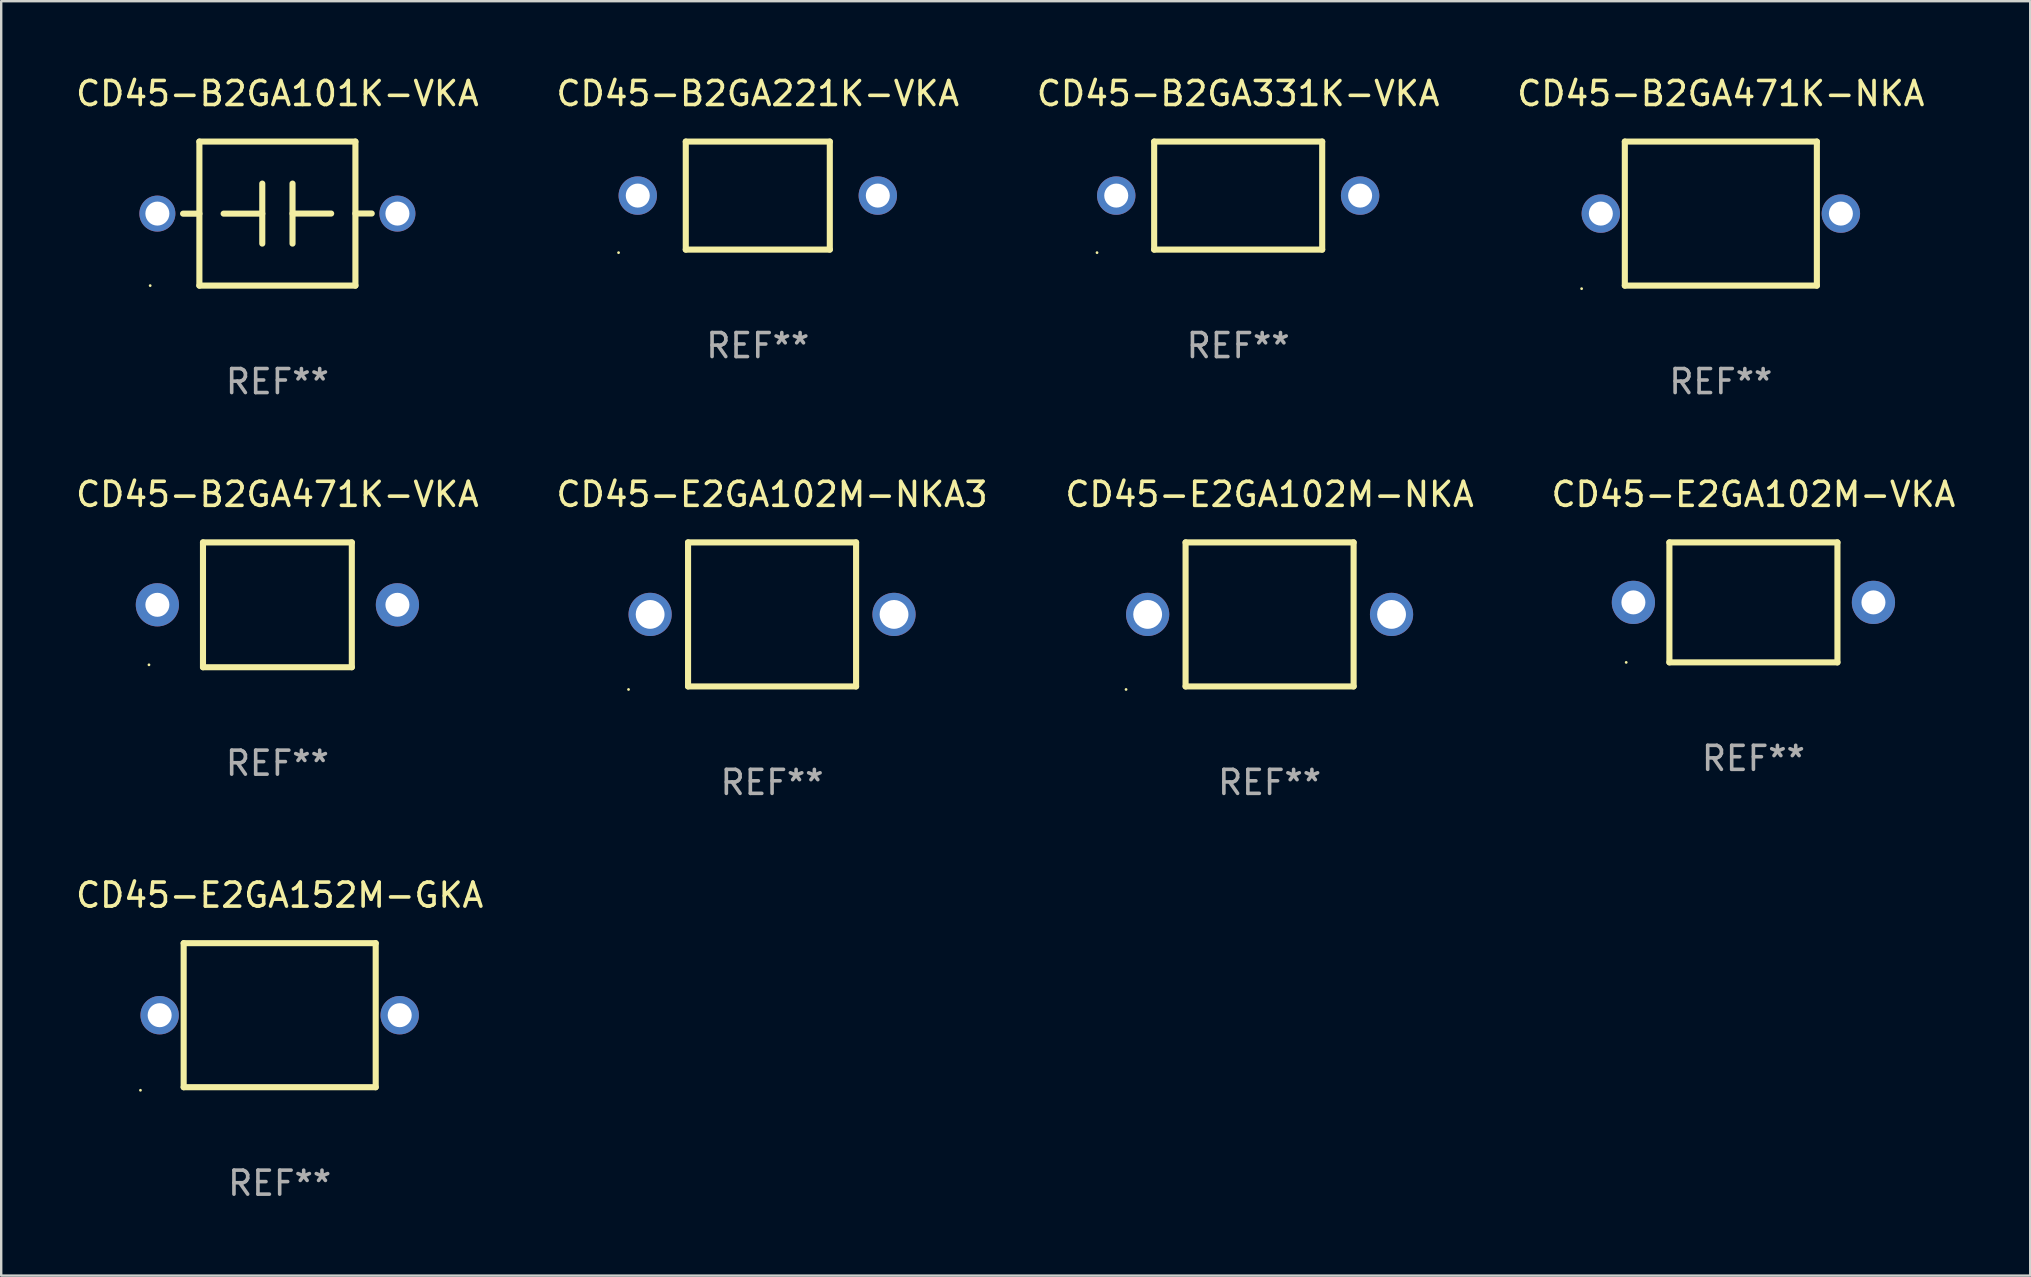
<source format=kicad_pcb>
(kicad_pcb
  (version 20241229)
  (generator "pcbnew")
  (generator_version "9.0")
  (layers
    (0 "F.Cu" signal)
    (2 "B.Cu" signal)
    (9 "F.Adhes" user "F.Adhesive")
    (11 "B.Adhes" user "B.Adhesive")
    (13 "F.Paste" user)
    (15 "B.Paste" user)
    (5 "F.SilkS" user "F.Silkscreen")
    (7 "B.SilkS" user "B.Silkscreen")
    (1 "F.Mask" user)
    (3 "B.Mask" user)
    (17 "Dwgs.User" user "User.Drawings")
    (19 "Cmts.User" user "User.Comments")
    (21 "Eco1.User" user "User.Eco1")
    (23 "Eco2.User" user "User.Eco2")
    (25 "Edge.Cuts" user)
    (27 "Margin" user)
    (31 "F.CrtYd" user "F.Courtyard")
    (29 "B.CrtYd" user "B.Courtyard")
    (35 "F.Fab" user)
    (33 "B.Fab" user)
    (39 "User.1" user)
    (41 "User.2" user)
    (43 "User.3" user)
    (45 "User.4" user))
  (footprint "CD45-B2GA331K-VKA"
    (layer "F.Cu")
    (at 48.53 5.098)
    (property "Reference" "CD45-B2GA331K-VKA" (at 0 -4.25 0) (layer "F.SilkS") (effects (font (size 1 1) (thickness 0.15))))
    (attr through_hole)
    (fp_line (start -3.5 -2.25) (end 3.5 -2.25) (stroke (width 0.254) (type solid)) (layer "F.SilkS"))
    (fp_line (start -3.5 2.25) (end -3.5 -2.25) (stroke (width 0.254) (type solid)) (layer "F.SilkS"))
    (fp_line (start 3.5 -2.25) (end 3.5 2.25) (stroke (width 0.254) (type solid)) (layer "F.SilkS"))
    (fp_line (start 3.5 2.25) (end -3.5 2.25) (stroke (width 0.254) (type solid)) (layer "F.SilkS"))
    (fp_circle (center -5.88 2.377) (end -5.85 2.377) (stroke (width 0.06) (type solid)) (fill no) (layer "F.SilkS"))
    (fp_text user "REF**" (at 0 6.25 0) (layer "F.Fab") (effects (font (size 1 1) (thickness 0.15))))
    (pad "1" thru_hole circle (at -5.08 0) (size 1.6 1.6) (drill 1) (layers "*.Cu" "*.Mask"))
    (pad "2" thru_hole circle (at 5.08 0) (size 1.6 1.6) (drill 1) (layers "*.Cu" "*.Mask")))
  (footprint "CD45-B2GA101K-VKA"
    (layer "F.Cu")
    (at 8.506 5.848)
    (property "Reference" "CD45-B2GA101K-VKA" (at 0 -5 0) (layer "F.SilkS") (effects (font (size 1 1) (thickness 0.15))))
    (attr through_hole)
    (fp_line (start -3.25 0.003) (end -3.93 0.003) (stroke (width 0.254) (type solid)) (layer "F.SilkS"))
    (fp_line (start -3.25 -3) (end -3.25 3) (stroke (width 0.254) (type solid)) (layer "F.SilkS"))
    (fp_line (start -3.25 -3) (end 3.25 -3) (stroke (width 0.254) (type solid)) (layer "F.SilkS"))
    (fp_line (start -0.63 -1.25) (end -0.63 1.25) (stroke (width 0.254) (type solid)) (layer "F.SilkS"))
    (fp_line (start -0.63 0.002) (end -2.24 0.002) (stroke (width 0.254) (type solid)) (layer "F.SilkS"))
    (fp_line (start 0.63 -0.002) (end 2.24 -0.002) (stroke (width 0.254) (type solid)) (layer "F.SilkS"))
    (fp_line (start 0.63 1.25) (end 0.63 -1.25) (stroke (width 0.254) (type solid)) (layer "F.SilkS"))
    (fp_line (start 3.25 -3) (end 3.25 3) (stroke (width 0.254) (type solid)) (layer "F.SilkS"))
    (fp_line (start 3.25 -0.004) (end 3.93 -0.004) (stroke (width 0.254) (type solid)) (layer "F.SilkS"))
    (fp_line (start 3.25 3) (end -3.25 3) (stroke (width 0.254) (type solid)) (layer "F.SilkS"))
    (fp_circle (center -5.3 3) (end -5.27 3) (stroke (width 0.06) (type solid)) (fill no) (layer "F.SilkS"))
    (fp_text user "REF**" (at 0 7 0) (layer "F.Fab") (effects (font (size 1 1) (thickness 0.15))))
    (pad "1" thru_hole circle (at -5 0) (size 1.5 1.5) (drill 1) (layers "*.Cu" "*.Mask"))
    (pad "2" thru_hole circle (at 5 0) (size 1.5 1.5) (drill 1) (layers "*.Cu" "*.Mask")))
  (footprint "CD45-B2GA471K-VKA"
    (layer "F.Cu")
    (at 8.506 22.145)
    (property "Reference" "CD45-B2GA471K-VKA" (at 0 -4.6 0) (layer "F.SilkS") (effects (font (size 1 1) (thickness 0.15))))
    (attr through_hole)
    (fp_line (start -3.1 -2.6) (end -3.1 2.6) (stroke (width 0.254) (type solid)) (layer "F.SilkS"))
    (fp_line (start -3.1 -2.6) (end 3.1 -2.6) (stroke (width 0.254) (type solid)) (layer "F.SilkS"))
    (fp_line (start -3.1 2.6) (end 3.1 2.6) (stroke (width 0.254) (type solid)) (layer "F.SilkS"))
    (fp_line (start 3.1 -2.6) (end 3.1 2.6) (stroke (width 0.254) (type solid)) (layer "F.SilkS"))
    (fp_circle (center -5.35 2.5) (end -5.32 2.5) (stroke (width 0.06) (type solid)) (fill no) (layer "F.SilkS"))
    (fp_text user "REF**" (at 0 6.6 0) (layer "F.Fab") (effects (font (size 1 1) (thickness 0.15))))
    (pad "1" thru_hole circle (at -5 0) (size 1.8 1.8) (drill 1) (layers "*.Cu" "*.Mask"))
    (pad "2" thru_hole circle (at 5 0) (size 1.8 1.8) (drill 1) (layers "*.Cu" "*.Mask")))
  (footprint "CD45-E2GA102M-VKA"
    (layer "F.Cu")
    (at 69.994 22.044)
    (property "Reference" "CD45-E2GA102M-VKA" (at 0 -4.499 0) (layer "F.SilkS") (effects (font (size 1 1) (thickness 0.15))))
    (attr through_hole)
    (fp_line (start -3.5 -2.499) (end 3.5 -2.499) (stroke (width 0.254) (type solid)) (layer "F.SilkS"))
    (fp_line (start -3.5 2.499) (end -3.5 -2.499) (stroke (width 0.254) (type solid)) (layer "F.SilkS"))
    (fp_line (start 3.5 -2.499) (end 3.5 2.499) (stroke (width 0.254) (type solid)) (layer "F.SilkS"))
    (fp_line (start 3.5 2.499) (end -3.5 2.499) (stroke (width 0.254) (type solid)) (layer "F.SilkS"))
    (fp_circle (center -5.3 2.5) (end -5.27 2.5) (stroke (width 0.06) (type solid)) (fill no) (layer "F.SilkS"))
    (fp_text user "REF**" (at 0 6.499 0) (layer "F.Fab") (effects (font (size 1 1) (thickness 0.15))))
    (pad "1" thru_hole circle (at -5 0) (size 1.8 1.8) (drill 1) (layers "*.Cu" "*.Mask"))
    (pad "2" thru_hole circle (at 5 0) (size 1.8 1.8) (drill 1) (layers "*.Cu" "*.Mask")))
  (footprint "CD45-E2GA102M-NKA3"
    (layer "F.Cu")
    (at 29.113 22.545)
    (property "Reference" "CD45-E2GA102M-NKA3" (at 0 -5 0) (layer "F.SilkS") (effects (font (size 1 1) (thickness 0.15))))
    (attr through_hole)
    (fp_line (start -3.5 -3) (end 3.5 -3) (stroke (width 0.254) (type solid)) (layer "F.SilkS"))
    (fp_line (start -3.5 3) (end -3.5 -3) (stroke (width 0.254) (type solid)) (layer "F.SilkS"))
    (fp_line (start 3.5 -3) (end 3.5 3) (stroke (width 0.254) (type solid)) (layer "F.SilkS"))
    (fp_line (start 3.5 3) (end -3.5 3) (stroke (width 0.254) (type solid)) (layer "F.SilkS"))
    (fp_circle (center -5.98 3.127) (end -5.95 3.127) (stroke (width 0.06) (type solid)) (fill no) (layer "F.SilkS"))
    (fp_text user "REF**" (at 0 7 0) (layer "F.Fab") (effects (font (size 1 1) (thickness 0.15))))
    (pad "1" thru_hole circle (at -5.08 0) (size 1.8 1.8) (drill 1.2) (layers "*.Cu" "*.Mask"))
    (pad "2" thru_hole circle (at 5.08 0) (size 1.8 1.8) (drill 1.2) (layers "*.Cu" "*.Mask")))
  (footprint "CD45-E2GA152M-GKA"
    (layer "F.Cu")
    (at 8.601 39.241)
    (property "Reference" "CD45-E2GA152M-GKA" (at 0 -5 0) (layer "F.SilkS") (effects (font (size 1 1) (thickness 0.15))))
    (attr through_hole)
    (fp_line (start -4 -3) (end -4 3) (stroke (width 0.254) (type solid)) (layer "F.SilkS"))
    (fp_line (start -4 -3) (end 4 -3) (stroke (width 0.254) (type solid)) (layer "F.SilkS"))
    (fp_line (start -4 3) (end 4 3) (stroke (width 0.254) (type solid)) (layer "F.SilkS"))
    (fp_line (start 4 -3) (end 4 3) (stroke (width 0.254) (type solid)) (layer "F.SilkS"))
    (fp_circle (center -5.8 3.127) (end -5.77 3.127) (stroke (width 0.06) (type solid)) (fill no) (layer "F.SilkS"))
    (fp_text user "REF**" (at 0 7 0) (layer "F.Fab") (effects (font (size 1 1) (thickness 0.15))))
    (pad "1" thru_hole circle (at -5 0) (size 1.6 1.6) (drill 1) (layers "*.Cu" "*.Mask"))
    (pad "2" thru_hole circle (at 5 0) (size 1.6 1.6) (drill 1) (layers "*.Cu" "*.Mask")))
  (footprint "CD45-B2GA221K-VKA"
    (layer "F.Cu")
    (at 28.518 5.098)
    (property "Reference" "CD45-B2GA221K-VKA" (at 0 -4.25 0) (layer "F.SilkS") (effects (font (size 1 1) (thickness 0.15))))
    (attr through_hole)
    (fp_line (start -3 -2.25) (end 3 -2.25) (stroke (width 0.254) (type solid)) (layer "F.SilkS"))
    (fp_line (start -3 2.25) (end -3 -2.25) (stroke (width 0.254) (type solid)) (layer "F.SilkS"))
    (fp_line (start 3 -2.25) (end 3 2.25) (stroke (width 0.254) (type solid)) (layer "F.SilkS"))
    (fp_line (start 3 2.25) (end -3 2.25) (stroke (width 0.254) (type solid)) (layer "F.SilkS"))
    (fp_circle (center -5.8 2.377) (end -5.77 2.377) (stroke (width 0.06) (type solid)) (fill no) (layer "F.SilkS"))
    (fp_text user "REF**" (at 0 6.25 0) (layer "F.Fab") (effects (font (size 1 1) (thickness 0.15))))
    (pad "1" thru_hole circle (at -5 0) (size 1.6 1.6) (drill 1) (layers "*.Cu" "*.Mask"))
    (pad "2" thru_hole circle (at 5 0) (size 1.6 1.6) (drill 1) (layers "*.Cu" "*.Mask")))
  (footprint "CD45-B2GA471K-NKA"
    (layer "F.Cu")
    (at 68.637 5.848)
    (property "Reference" "CD45-B2GA471K-NKA" (at 0 -5 0) (layer "F.SilkS") (effects (font (size 1 1) (thickness 0.15))))
    (attr through_hole)
    (fp_line (start -4 -3) (end -4 3) (stroke (width 0.254) (type solid)) (layer "F.SilkS"))
    (fp_line (start -4 -3) (end 4 -3) (stroke (width 0.254) (type solid)) (layer "F.SilkS"))
    (fp_line (start -4 3) (end 4 3) (stroke (width 0.254) (type solid)) (layer "F.SilkS"))
    (fp_line (start 4 -3) (end 4 3) (stroke (width 0.254) (type solid)) (layer "F.SilkS"))
    (fp_circle (center -5.8 3.127) (end -5.77 3.127) (stroke (width 0.06) (type solid)) (fill no) (layer "F.SilkS"))
    (fp_text user "REF**" (at 0 7 0) (layer "F.Fab") (effects (font (size 1 1) (thickness 0.15))))
    (pad "1" thru_hole circle (at -5 0) (size 1.6 1.6) (drill 1) (layers "*.Cu" "*.Mask"))
    (pad "2" thru_hole circle (at 5 0) (size 1.6 1.6) (drill 1) (layers "*.Cu" "*.Mask")))
  (footprint "CD45-E2GA102M-NKA"
    (layer "F.Cu")
    (at 49.839 22.545)
    (property "Reference" "CD45-E2GA102M-NKA" (at 0 -5 0) (layer "F.SilkS") (effects (font (size 1 1) (thickness 0.15))))
    (attr through_hole)
    (fp_line (start -3.5 -3) (end 3.5 -3) (stroke (width 0.254) (type solid)) (layer "F.SilkS"))
    (fp_line (start -3.5 3) (end -3.5 -3) (stroke (width 0.254) (type solid)) (layer "F.SilkS"))
    (fp_line (start 3.5 -3) (end 3.5 3) (stroke (width 0.254) (type solid)) (layer "F.SilkS"))
    (fp_line (start 3.5 3) (end -3.5 3) (stroke (width 0.254) (type solid)) (layer "F.SilkS"))
    (fp_circle (center -5.98 3.127) (end -5.95 3.127) (stroke (width 0.06) (type solid)) (fill no) (layer "F.SilkS"))
    (fp_text user "REF**" (at 0 7 0) (layer "F.Fab") (effects (font (size 1 1) (thickness 0.15))))
    (pad "1" thru_hole circle (at -5.08 0) (size 1.8 1.8) (drill 1.2) (layers "*.Cu" "*.Mask"))
    (pad "2" thru_hole circle (at 5.08 0) (size 1.8 1.8) (drill 1.2) (layers "*.Cu" "*.Mask")))
  (gr_rect
    (start -3 -3)
    (end 81.524 50.09)
    (stroke (width 0.1) (type default))
    (fill no)
    (layer "Edge.Cuts")))
</source>
